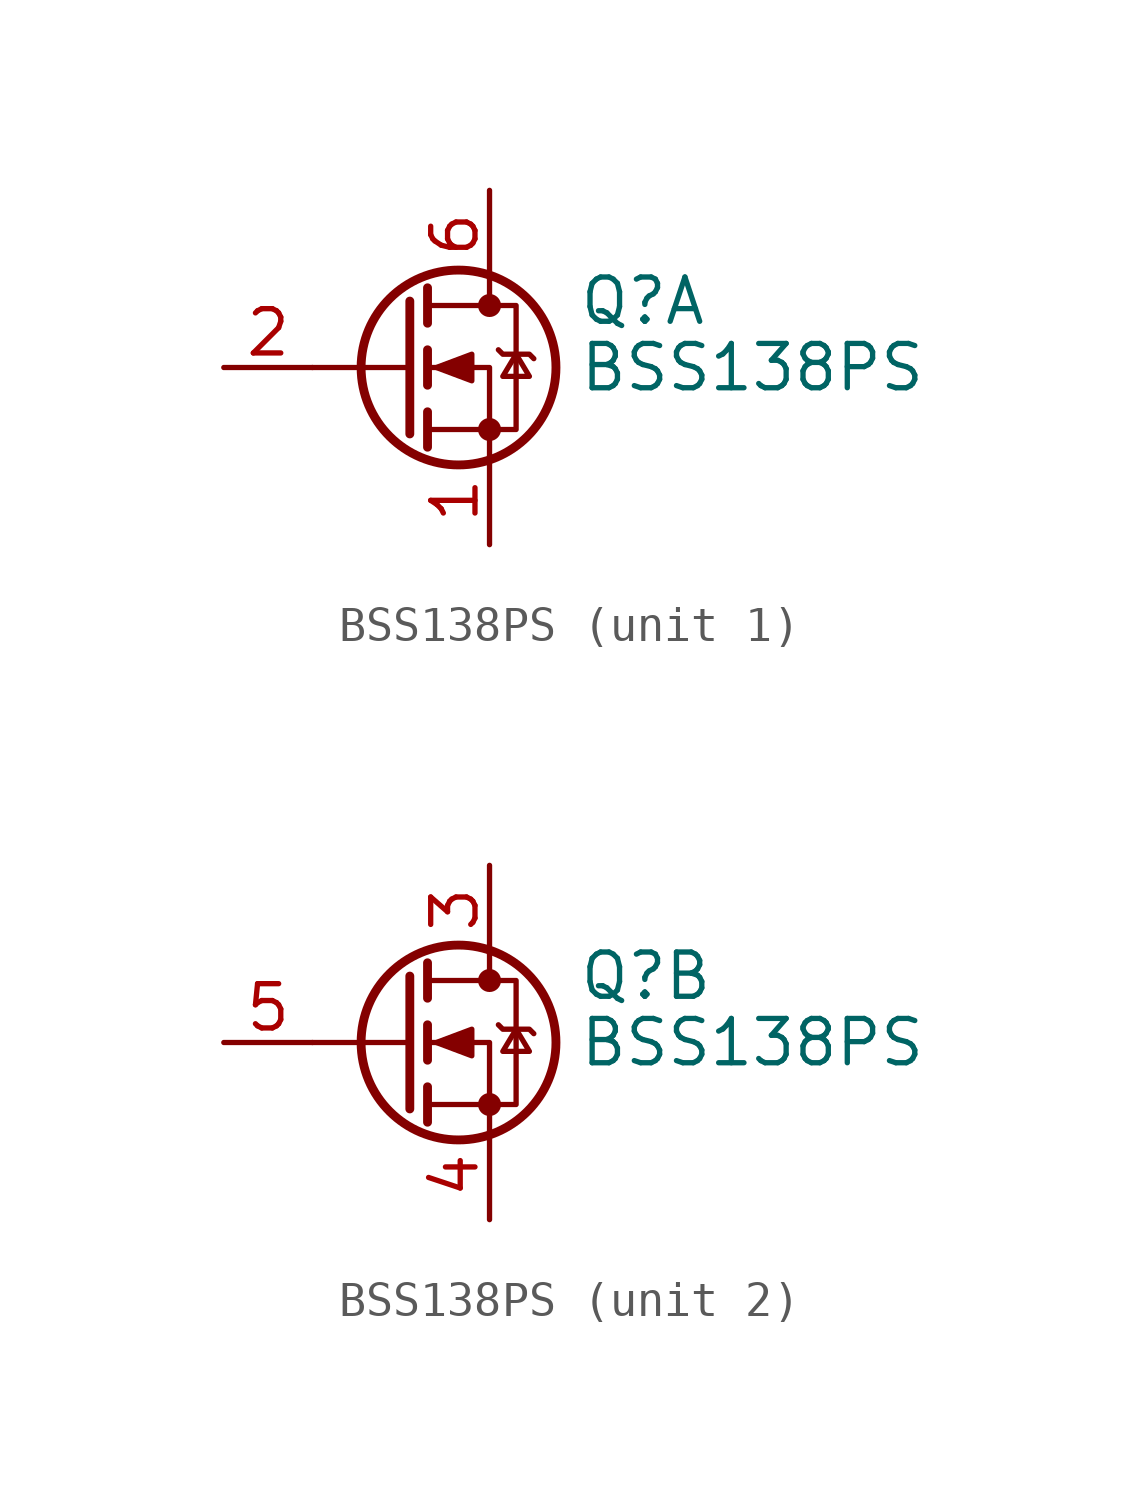
<source format=kicad_sym>
(kicad_symbol_lib
  (version 20211014)
  (generator kicad_symbol_editor)
  (symbol "BSS138PS"
    (pin_names hide)
    (property "Reference" "Q"
      (at 5.08 1.905 0)
      (effects (font (size 1.27 1.27)) (justify left)))
    (property "Value" "BSS138PS"
      (at 5.08 0 0)
      (effects (font (size 1.27 1.27)) (justify left)))
    (symbol "BSS138PS_0_1"
      (polyline (pts (xy 0.254 0) (xy -2.54 0)) (stroke (width 0) (type default) (color 0 0 0 0)) (fill (type none)))
      (polyline (pts (xy 0.254 1.905) (xy 0.254 -1.905)) (stroke (width 0.254) (type default) (color 0 0 0 0)) (fill (type none)))
      (polyline (pts (xy 0.762 -1.27) (xy 0.762 -2.286)) (stroke (width 0.254) (type default) (color 0 0 0 0)) (fill (type none)))
      (polyline (pts (xy 0.762 0.508) (xy 0.762 -0.508)) (stroke (width 0.254) (type default) (color 0 0 0 0)) (fill (type none)))
      (polyline (pts (xy 0.762 2.286) (xy 0.762 1.27)) (stroke (width 0.254) (type default) (color 0 0 0 0)) (fill (type none)))
      (polyline (pts (xy 2.54 2.54) (xy 2.54 1.778)) (stroke (width 0) (type default) (color 0 0 0 0)) (fill (type none)))
      (polyline (pts (xy 2.54 -2.54) (xy 2.54 0) (xy 0.762 0)) (stroke (width 0) (type default) (color 0 0 0 0)) (fill (type none)))
      (polyline (pts (xy 0.762 -1.778) (xy 3.302 -1.778) (xy 3.302 1.778) (xy 0.762 1.778)) (stroke (width 0) (type default) (color 0 0 0 0)) (fill (type none)))
      (polyline (pts (xy 1.016 0) (xy 2.032 0.381) (xy 2.032 -0.381) (xy 1.016 0)) (stroke (width 0) (type default) (color 0 0 0 0)) (fill (type outline)))
      (polyline (pts (xy 2.794 0.508) (xy 2.921 0.381) (xy 3.683 0.381) (xy 3.81 0.254)) (stroke (width 0) (type default) (color 0 0 0 0)) (fill (type none)))
      (polyline (pts (xy 3.302 0.381) (xy 2.921 -0.254) (xy 3.683 -0.254) (xy 3.302 0.381)) (stroke (width 0) (type default) (color 0 0 0 0)) (fill (type none)))
      (circle (center 1.651 0) (radius 2.794) (stroke (width 0.254) (type default) (color 0 0 0 0)) (fill (type none)))
      (circle (center 2.54 -1.778) (radius 0.254) (stroke (width 0) (type default) (color 0 0 0 0)) (fill (type outline)))
      (circle (center 2.54 1.778) (radius 0.254) (stroke (width 0) (type default) (color 0 0 0 0)) (fill (type outline))))
    (symbol "BSS138PS_1_1"
      (pin passive line (at 2.54 -5.08 90) (length 2.54) (name "S1" (effects (font (size 1.27 1.27)))) (number "1" (effects (font (size 1.27 1.27)))) (alternate "1" passive line))
      (pin passive line (at -5.08 0 0) (length 2.54) (name "G1" (effects (font (size 1.27 1.27)))) (number "2" (effects (font (size 1.27 1.27)))))
      (pin passive line (at 2.54 5.08 270) (length 2.54) (name "D1" (effects (font (size 1.27 1.27)))) (number "6" (effects (font (size 1.27 1.27))))))
    (symbol "BSS138PS_2_1"
      (pin passive line (at 2.54 5.08 270) (length 2.54) (name "D2" (effects (font (size 1.27 1.27)))) (number "3" (effects (font (size 1.27 1.27)))))
      (pin passive line (at 2.54 -5.08 90) (length 2.54) (name "S2" (effects (font (size 1.27 1.27)))) (number "4" (effects (font (size 1.27 1.27)))))
      (pin passive line (at -5.08 0 0) (length 2.54) (name "G2" (effects (font (size 1.27 1.27)))) (number "5" (effects (font (size 1.27 1.27))))))))
</source>
